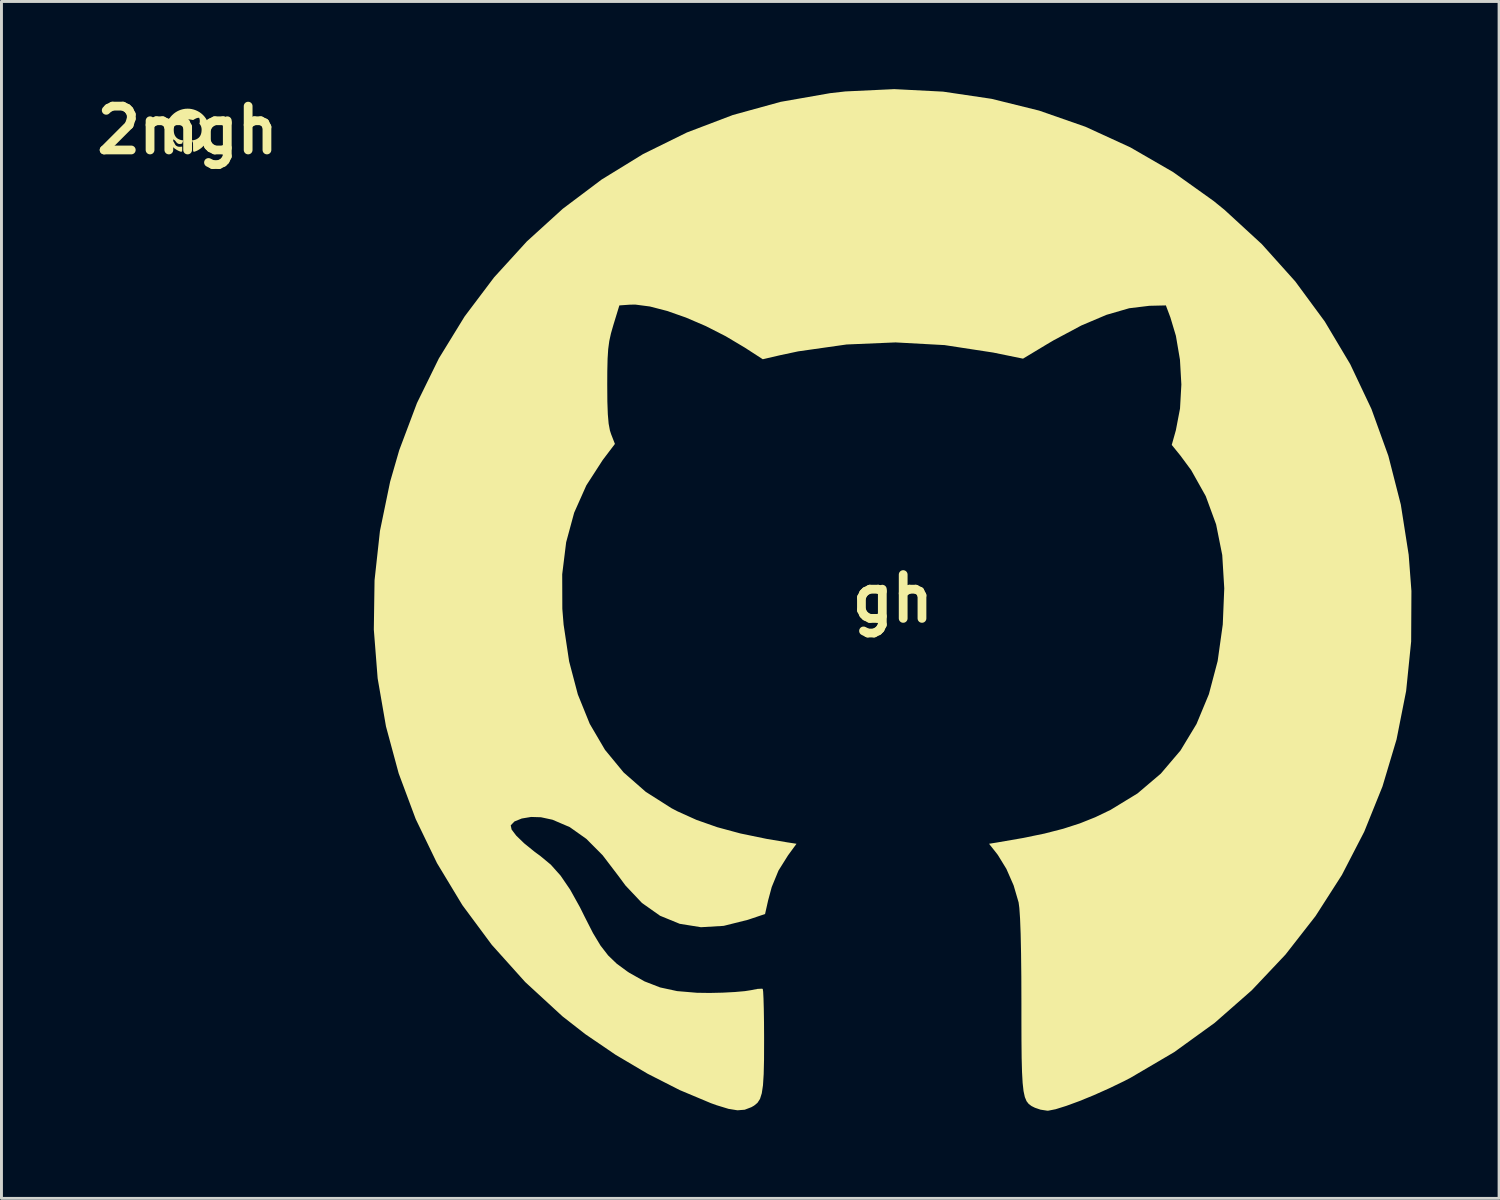
<source format=kicad_pcb>
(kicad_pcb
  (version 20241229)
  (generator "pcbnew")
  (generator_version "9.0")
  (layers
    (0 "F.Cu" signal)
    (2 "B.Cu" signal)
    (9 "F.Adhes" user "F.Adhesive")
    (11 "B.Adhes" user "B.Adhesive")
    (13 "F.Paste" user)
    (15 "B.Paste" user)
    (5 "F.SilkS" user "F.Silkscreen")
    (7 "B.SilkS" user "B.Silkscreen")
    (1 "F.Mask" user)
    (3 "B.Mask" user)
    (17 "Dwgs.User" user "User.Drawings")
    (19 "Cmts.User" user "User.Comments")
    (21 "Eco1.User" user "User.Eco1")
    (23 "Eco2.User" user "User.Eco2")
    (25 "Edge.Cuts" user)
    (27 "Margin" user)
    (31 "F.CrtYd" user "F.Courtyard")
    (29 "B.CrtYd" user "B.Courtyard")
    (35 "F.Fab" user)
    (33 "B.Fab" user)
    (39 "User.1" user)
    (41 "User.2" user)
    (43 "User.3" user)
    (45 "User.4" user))
  (footprint "gh"
    (layer "F.Cu")
    (at 27.502 17.435)
    (property "Reference" "gh" (at 0 0 0) (layer "F.SilkS") (effects (font (size 1.5 1.5) (thickness 0.3))))
    (attr board_only exclude_from_pos_files exclude_from_bom)
    (fp_poly (pts (xy 1.724 -17.349) (xy 3.381 -17.103) (xy 5.01 -16.7) (xy 6.597 -16.146) (xy 8.129 -15.443) (xy 9.593 -14.597) (xy 10.975 -13.611) (xy 11.352 -13.305) (xy 12.629 -12.131) (xy 13.775 -10.854) (xy 14.785 -9.482) (xy 15.655 -8.023) (xy 16.382 -6.488) (xy 16.961 -4.883) (xy 17.387 -3.217) (xy 17.656 -1.5) (xy 17.75 -0.259) (xy 17.741 1.467) (xy 17.569 3.163) (xy 17.241 4.82) (xy 16.76 6.428) (xy 16.135 7.978) (xy 15.369 9.461) (xy 14.468 10.866) (xy 13.439 12.184) (xy 12.286 13.405) (xy 11.015 14.521) (xy 9.632 15.521) (xy 8.143 16.396) (xy 7.914 16.515) (xy 7.404 16.761) (xy 6.885 16.993) (xy 6.386 17.197) (xy 5.939 17.361) (xy 5.574 17.475) (xy 5.323 17.525) (xy 5.291 17.526) (xy 5.057 17.49) (xy 4.866 17.425) (xy 4.75 17.367) (xy 4.655 17.297) (xy 4.579 17.2) (xy 4.52 17.058) (xy 4.476 16.855) (xy 4.445 16.575) (xy 4.424 16.201) (xy 4.411 15.717) (xy 4.405 15.105) (xy 4.403 14.351) (xy 4.403 13.851) (xy 4.4 12.931) (xy 4.391 12.135) (xy 4.377 11.472) (xy 4.357 10.953) (xy 4.332 10.585) (xy 4.307 10.397) (xy 4.137 9.816) (xy 3.889 9.25) (xy 3.596 8.773) (xy 3.554 8.718) (xy 3.295 8.391) (xy 3.574 8.346) (xy 4.452 8.194) (xy 5.195 8.041) (xy 5.833 7.877) (xy 6.401 7.694) (xy 6.931 7.482) (xy 7.454 7.231) (xy 8.376 6.668) (xy 9.174 5.99) (xy 9.847 5.199) (xy 10.395 4.293) (xy 10.819 3.272) (xy 11.119 2.137) (xy 11.294 0.887) (xy 11.345 -0.35) (xy 11.276 -1.49) (xy 11.066 -2.539) (xy 10.712 -3.505) (xy 10.213 -4.395) (xy 9.844 -4.894) (xy 9.548 -5.259) (xy 9.689 -5.761) (xy 9.831 -6.503) (xy 9.877 -7.326) (xy 9.829 -8.175) (xy 9.69 -8.992) (xy 9.501 -9.623) (xy 9.347 -10.033) (xy 8.783 -10.02) (xy 8.091 -9.936) (xy 7.315 -9.711) (xy 6.454 -9.346) (xy 5.505 -8.839) (xy 5.256 -8.692) (xy 4.458 -8.211) (xy 3.436 -8.42) (xy 1.773 -8.675) (xy 0.095 -8.767) (xy -1.58 -8.696) (xy -3.234 -8.461) (xy -3.854 -8.329) (xy -4.448 -8.191) (xy -5.068 -8.592) (xy -5.718 -8.979) (xy -6.397 -9.325) (xy -7.076 -9.617) (xy -7.723 -9.844) (xy -8.31 -9.996) (xy -8.806 -10.061) (xy -8.992 -10.059) (xy -9.356 -10.033) (xy -9.563 -9.356) (xy -9.644 -9.073) (xy -9.701 -8.814) (xy -9.738 -8.538) (xy -9.759 -8.206) (xy -9.769 -7.777) (xy -9.771 -7.324) (xy -9.767 -6.745) (xy -9.751 -6.308) (xy -9.723 -5.986) (xy -9.679 -5.752) (xy -9.64 -5.631) (xy -9.508 -5.293) (xy -9.926 -4.742) (xy -10.486 -3.875) (xy -10.903 -2.939) (xy -11.177 -1.928) (xy -11.312 -0.833) (xy -11.308 0.352) (xy -11.264 0.892) (xy -11.075 2.15) (xy -10.777 3.281) (xy -10.369 4.288) (xy -9.848 5.176) (xy -9.21 5.95) (xy -8.452 6.614) (xy -7.573 7.173) (xy -7.366 7.281) (xy -6.716 7.574) (xy -6.008 7.823) (xy -5.213 8.038) (xy -4.298 8.227) (xy -3.616 8.341) (xy -3.294 8.391) (xy -3.585 8.789) (xy -3.911 9.309) (xy -4.142 9.872) (xy -4.265 10.329) (xy -4.37 10.795) (xy -4.958 10.993) (xy -5.786 11.2) (xy -6.564 11.246) (xy -7.29 11.13) (xy -7.963 10.854) (xy -8.582 10.417) (xy -9.146 9.82) (xy -9.377 9.507) (xy -9.929 8.783) (xy -10.486 8.223) (xy -11.055 7.82) (xy -11.644 7.568) (xy -12.04 7.483) (xy -12.377 7.473) (xy -12.696 7.526) (xy -12.945 7.627) (xy -13.074 7.76) (xy -13.044 7.903) (xy -12.884 8.114) (xy -12.613 8.376) (xy -12.248 8.672) (xy -12.065 8.805) (xy -11.702 9.106) (xy -11.367 9.482) (xy -11.041 9.959) (xy -10.705 10.563) (xy -10.541 10.893) (xy -10.258 11.448) (xy -10 11.876) (xy -9.739 12.213) (xy -9.447 12.494) (xy -9.096 12.753) (xy -9.021 12.803) (xy -8.495 13.1) (xy -7.962 13.307) (xy -7.379 13.433) (xy -6.702 13.49) (xy -6.265 13.496) (xy -5.821 13.486) (xy -5.404 13.464) (xy -5.062 13.434) (xy -4.851 13.401) (xy -4.624 13.357) (xy -4.474 13.35) (xy -4.449 13.359) (xy -4.435 13.454) (xy -4.423 13.692) (xy -4.413 14.048) (xy -4.406 14.494) (xy -4.403 15.006) (xy -4.403 15.123) (xy -4.405 15.774) (xy -4.417 16.277) (xy -4.441 16.655) (xy -4.482 16.929) (xy -4.543 17.123) (xy -4.63 17.257) (xy -4.747 17.353) (xy -4.838 17.405) (xy -5.065 17.492) (xy -5.314 17.512) (xy -5.622 17.462) (xy -6.028 17.338) (xy -6.223 17.268) (xy -7.288 16.821) (xy -8.392 16.259) (xy -9.487 15.611) (xy -10.523 14.905) (xy -11.303 14.296) (xy -12.578 13.123) (xy -13.721 11.85) (xy -14.729 10.49) (xy -15.598 9.051) (xy -16.325 7.546) (xy -16.908 5.983) (xy -17.343 4.374) (xy -17.628 2.729) (xy -17.759 1.059) (xy -17.734 -0.627) (xy -17.549 -2.316) (xy -17.201 -4) (xy -16.889 -5.08) (xy -16.282 -6.693) (xy -15.533 -8.22) (xy -14.651 -9.656) (xy -13.644 -10.992) (xy -12.522 -12.223) (xy -11.292 -13.341) (xy -9.964 -14.34) (xy -8.545 -15.212) (xy -7.045 -15.951) (xy -5.473 -16.549) (xy -3.835 -17) (xy -2.142 -17.297) (xy -1.621 -17.356) (xy 0.052 -17.435)) (stroke (width 0) (type solid)) (fill yes) (layer "F.SilkS")))
  (footprint "2mgh"
    (layer "F.Cu")
    (at 3.371 1.404)
    (property "Reference" "2mgh" (at 0 0 0) (layer "F.SilkS") (effects (font (size 1.5 1.5) (thickness 0.3))))
    (attr board_only exclude_from_pos_files exclude_from_bom)
    (fp_poly (pts (xy 0.073 -0.732) (xy 0.143 -0.721) (xy 0.211 -0.704) (xy 0.278 -0.681) (xy 0.343 -0.651) (xy 0.405 -0.616) (xy 0.463 -0.574) (xy 0.479 -0.561) (xy 0.533 -0.512) (xy 0.581 -0.458) (xy 0.624 -0.4) (xy 0.66 -0.338) (xy 0.691 -0.274) (xy 0.715 -0.206) (xy 0.733 -0.136) (xy 0.745 -0.063) (xy 0.749 -0.011) (xy 0.748 0.062) (xy 0.741 0.133) (xy 0.727 0.203) (xy 0.707 0.271) (xy 0.681 0.337) (xy 0.648 0.399) (xy 0.61 0.458) (xy 0.567 0.514) (xy 0.518 0.565) (xy 0.465 0.613) (xy 0.406 0.655) (xy 0.343 0.692) (xy 0.334 0.697) (xy 0.312 0.707) (xy 0.29 0.717) (xy 0.269 0.725) (xy 0.25 0.732) (xy 0.235 0.737) (xy 0.225 0.739) (xy 0.223 0.739) (xy 0.213 0.738) (xy 0.205 0.735) (xy 0.2 0.733) (xy 0.196 0.73) (xy 0.193 0.726) (xy 0.191 0.72) (xy 0.189 0.711) (xy 0.187 0.699) (xy 0.187 0.683) (xy 0.186 0.663) (xy 0.186 0.637) (xy 0.186 0.605) (xy 0.186 0.584) (xy 0.186 0.545) (xy 0.185 0.512) (xy 0.185 0.484) (xy 0.184 0.462) (xy 0.183 0.446) (xy 0.182 0.439) (xy 0.175 0.414) (xy 0.164 0.39) (xy 0.152 0.37) (xy 0.15 0.368) (xy 0.139 0.354) (xy 0.151 0.352) (xy 0.188 0.346) (xy 0.219 0.339) (xy 0.246 0.332) (xy 0.27 0.325) (xy 0.292 0.316) (xy 0.314 0.305) (xy 0.353 0.281) (xy 0.387 0.253) (xy 0.415 0.219) (xy 0.438 0.181) (xy 0.456 0.138) (xy 0.469 0.09) (xy 0.476 0.037) (xy 0.479 -0.015) (xy 0.476 -0.063) (xy 0.467 -0.107) (xy 0.452 -0.148) (xy 0.431 -0.185) (xy 0.415 -0.206) (xy 0.403 -0.222) (xy 0.409 -0.243) (xy 0.415 -0.274) (xy 0.417 -0.309) (xy 0.415 -0.345) (xy 0.409 -0.379) (xy 0.401 -0.406) (xy 0.394 -0.423) (xy 0.37 -0.423) (xy 0.341 -0.419) (xy 0.309 -0.41) (xy 0.272 -0.394) (xy 0.232 -0.373) (xy 0.222 -0.367) (xy 0.188 -0.346) (xy 0.145 -0.355) (xy 0.075 -0.366) (xy 0.004 -0.37) (xy -0.067 -0.367) (xy -0.136 -0.357) (xy -0.163 -0.351) (xy -0.188 -0.346) (xy -0.214 -0.362) (xy -0.241 -0.379) (xy -0.27 -0.393) (xy -0.298 -0.406) (xy -0.326 -0.415) (xy -0.351 -0.422) (xy -0.371 -0.424) (xy -0.379 -0.424) (xy -0.395 -0.423) (xy -0.403 -0.395) (xy -0.407 -0.383) (xy -0.409 -0.372) (xy -0.411 -0.36) (xy -0.412 -0.346) (xy -0.412 -0.328) (xy -0.412 -0.309) (xy -0.412 -0.285) (xy -0.411 -0.266) (xy -0.41 -0.252) (xy -0.408 -0.243) (xy -0.407 -0.238) (xy -0.401 -0.223) (xy -0.419 -0.2) (xy -0.442 -0.163) (xy -0.46 -0.124) (xy -0.471 -0.081) (xy -0.477 -0.035) (xy -0.477 0.015) (xy -0.475 0.038) (xy -0.467 0.091) (xy -0.455 0.138) (xy -0.437 0.181) (xy -0.415 0.218) (xy -0.388 0.251) (xy -0.357 0.279) (xy -0.319 0.303) (xy -0.311 0.307) (xy -0.283 0.319) (xy -0.253 0.33) (xy -0.22 0.339) (xy -0.181 0.347) (xy -0.153 0.352) (xy -0.139 0.354) (xy -0.151 0.371) (xy -0.165 0.393) (xy -0.175 0.416) (xy -0.18 0.436) (xy -0.184 0.455) (xy -0.209 0.464) (xy -0.244 0.472) (xy -0.277 0.474) (xy -0.308 0.47) (xy -0.336 0.458) (xy -0.362 0.439) (xy -0.386 0.414) (xy -0.396 0.401) (xy -0.419 0.37) (xy -0.442 0.347) (xy -0.466 0.33) (xy -0.491 0.319) (xy -0.508 0.316) (xy -0.522 0.315) (xy -0.536 0.317) (xy -0.546 0.322) (xy -0.552 0.327) (xy -0.55 0.333) (xy -0.543 0.342) (xy -0.532 0.353) (xy -0.517 0.366) (xy -0.509 0.371) (xy -0.494 0.384) (xy -0.479 0.4) (xy -0.466 0.42) (xy -0.452 0.446) (xy -0.445 0.459) (xy -0.433 0.483) (xy -0.422 0.501) (xy -0.411 0.515) (xy -0.398 0.527) (xy -0.384 0.538) (xy -0.381 0.54) (xy -0.358 0.553) (xy -0.336 0.561) (xy -0.311 0.567) (xy -0.283 0.569) (xy -0.264 0.569) (xy -0.246 0.569) (xy -0.228 0.568) (xy -0.214 0.567) (xy -0.205 0.565) (xy -0.195 0.563) (xy -0.189 0.563) (xy -0.188 0.564) (xy -0.187 0.568) (xy -0.187 0.578) (xy -0.186 0.593) (xy -0.186 0.611) (xy -0.186 0.633) (xy -0.186 0.638) (xy -0.186 0.665) (xy -0.186 0.687) (xy -0.187 0.703) (xy -0.189 0.714) (xy -0.192 0.722) (xy -0.195 0.728) (xy -0.2 0.732) (xy -0.204 0.734) (xy -0.214 0.738) (xy -0.224 0.739) (xy -0.237 0.737) (xy -0.254 0.731) (xy -0.263 0.728) (xy -0.307 0.71) (xy -0.354 0.686) (xy -0.4 0.658) (xy -0.444 0.629) (xy -0.477 0.603) (xy -0.531 0.554) (xy -0.579 0.5) (xy -0.621 0.442) (xy -0.658 0.382) (xy -0.689 0.318) (xy -0.713 0.252) (xy -0.732 0.185) (xy -0.744 0.115) (xy -0.749 0.045) (xy -0.748 -0.026) (xy -0.74 -0.098) (xy -0.726 -0.169) (xy -0.712 -0.214) (xy -0.687 -0.282) (xy -0.655 -0.347) (xy -0.618 -0.407) (xy -0.576 -0.464) (xy -0.528 -0.516) (xy -0.476 -0.563) (xy -0.42 -0.605) (xy -0.36 -0.642) (xy -0.297 -0.673) (xy -0.231 -0.698) (xy -0.162 -0.717) (xy -0.09 -0.73) (xy -0.068 -0.732) (xy 0.002 -0.735)) (stroke (width 0) (type solid)) (fill yes) (layer "F.SilkS")))
  (gr_rect
    (start -3 -3)
    (end 48.252 37.961)
    (stroke (width 0.1) (type default))
    (fill no)
    (layer "Edge.Cuts")))
</source>
